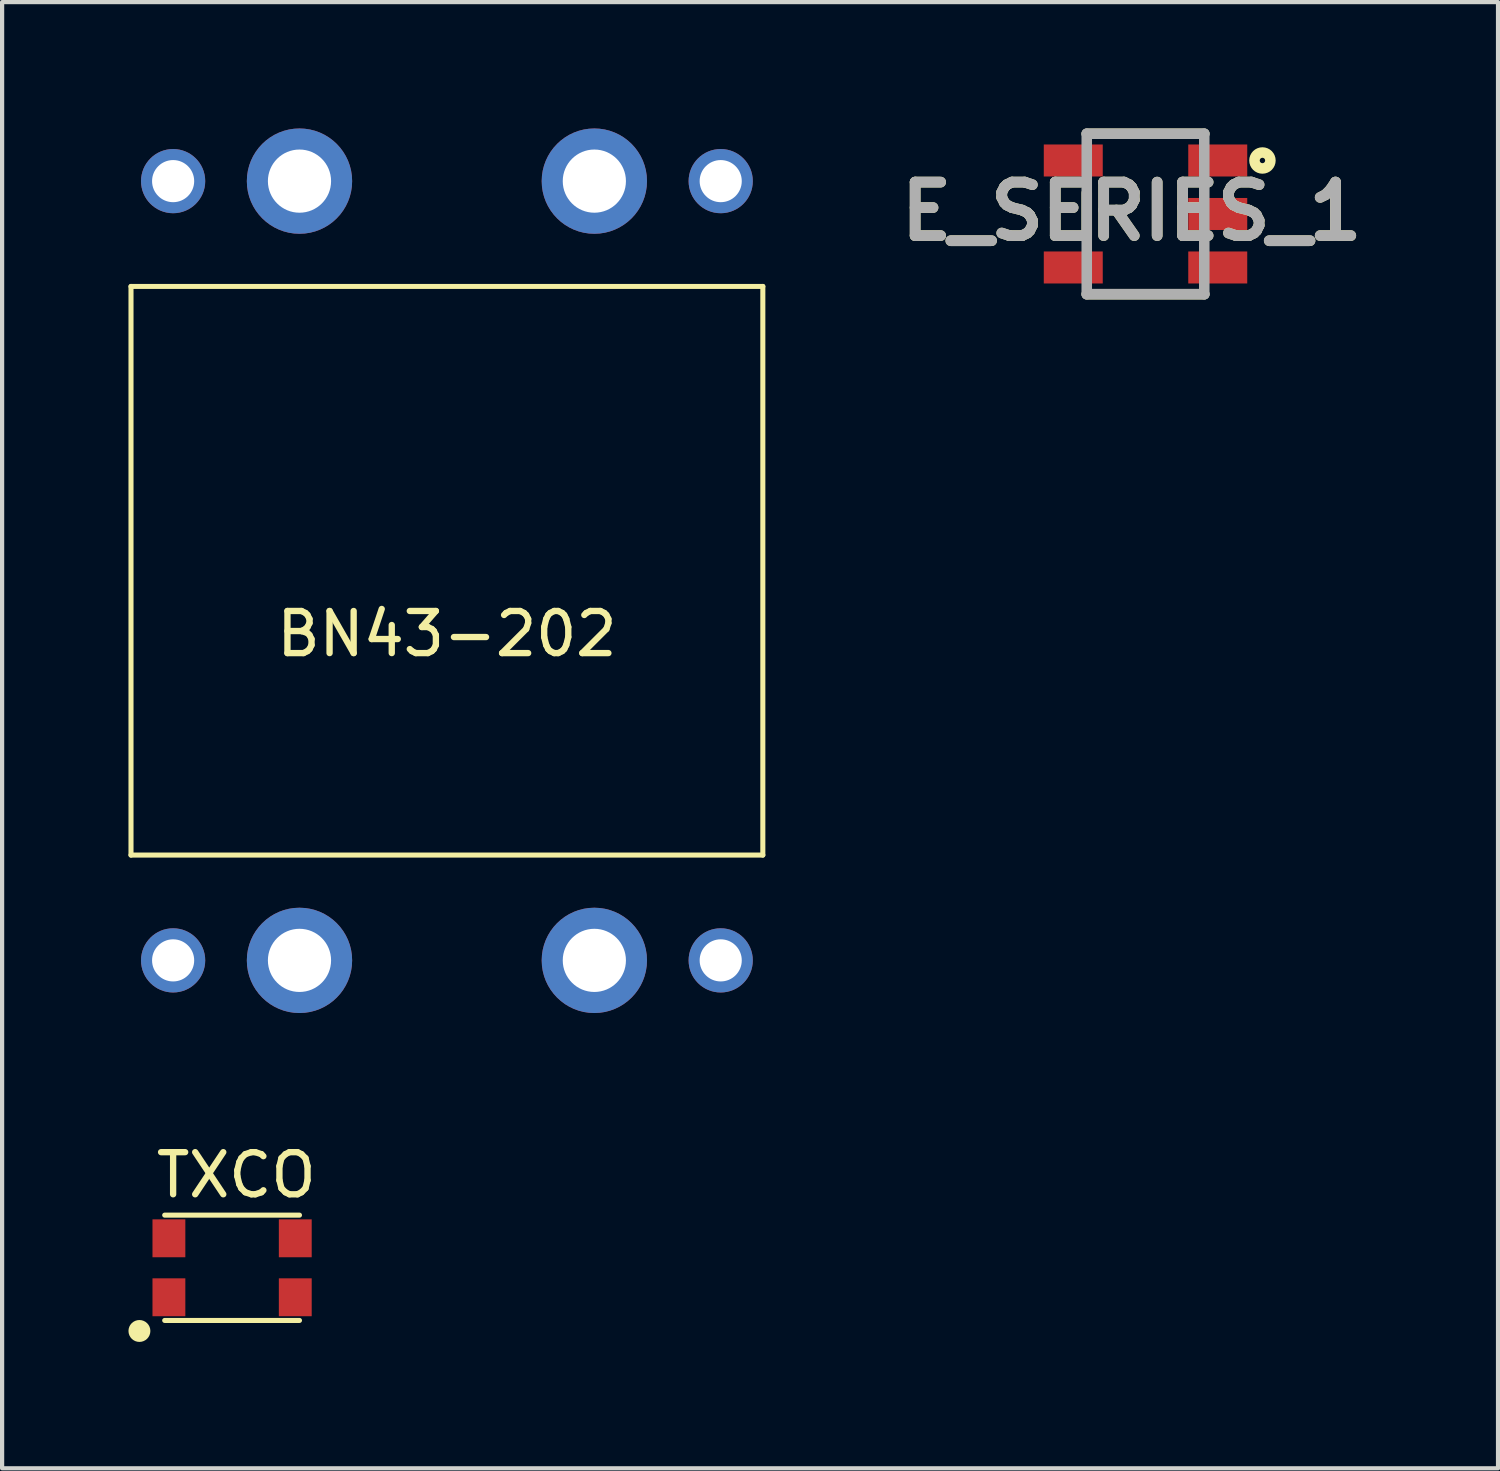
<source format=kicad_pcb>
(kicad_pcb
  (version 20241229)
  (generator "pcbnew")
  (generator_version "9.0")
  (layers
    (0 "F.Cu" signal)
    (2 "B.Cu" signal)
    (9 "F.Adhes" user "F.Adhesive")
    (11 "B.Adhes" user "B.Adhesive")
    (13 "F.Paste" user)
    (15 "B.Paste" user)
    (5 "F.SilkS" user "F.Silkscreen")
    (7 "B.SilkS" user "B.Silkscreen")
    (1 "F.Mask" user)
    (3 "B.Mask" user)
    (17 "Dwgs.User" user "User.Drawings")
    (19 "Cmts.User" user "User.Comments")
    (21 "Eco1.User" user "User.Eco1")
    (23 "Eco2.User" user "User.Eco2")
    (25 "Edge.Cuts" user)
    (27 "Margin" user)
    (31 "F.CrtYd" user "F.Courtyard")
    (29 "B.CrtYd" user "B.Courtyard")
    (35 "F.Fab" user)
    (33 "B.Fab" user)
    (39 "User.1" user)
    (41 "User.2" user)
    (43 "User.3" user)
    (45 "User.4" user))
  (footprint "E_SERIES_1"
    (layer "F.Cu")
    (at 24.145 2.03)
    (property "Reference" "E_SERIES_1" (at -0.328 -0.061 0) (layer "F.SilkS") (effects (font (size 1.27 1.27) (thickness 0.254))))
    (attr smd)
    (fp_line (start -1.395 -1.905) (end 1.395 -1.905) (stroke (width 0.25) (type solid)) (layer "F.SilkS"))
    (fp_line (start -1.395 -0.5) (end -1.395 0.5) (stroke (width 0.25) (type solid)) (layer "F.SilkS"))
    (fp_line (start 1.395 1.905) (end -1.395 1.905) (stroke (width 0.25) (type solid)) (layer "F.SilkS"))
    (fp_circle (center 2.776 -1.27) (end 2.776 -1.206) (stroke (width 0.25) (type solid)) (fill no) (layer "F.SilkS"))
    (fp_line (start -1.395 -1.905) (end 1.395 -1.905) (stroke (width 0.25) (type solid)) (layer "F.Fab"))
    (fp_line (start -1.395 1.905) (end -1.395 -1.905) (stroke (width 0.25) (type solid)) (layer "F.Fab"))
    (fp_line (start 1.395 -1.905) (end 1.395 1.905) (stroke (width 0.25) (type solid)) (layer "F.Fab"))
    (fp_line (start 1.395 1.905) (end -1.395 1.905) (stroke (width 0.25) (type solid)) (layer "F.Fab"))
    (fp_text user "${REFERENCE}" (at -0.328 -0.061 0) (layer "F.Fab") (effects (font (size 1.27 1.27) (thickness 0.254))))
    (pad "1" smd rect (at 1.715 -1.27 90) (size 0.76 1.4) (layers "F.Cu" "F.Mask" "F.Paste"))
    (pad "2" smd rect (at 1.715 0 90) (size 0.76 1.4) (layers "F.Cu" "F.Mask" "F.Paste"))
    (pad "3" smd rect (at 1.715 1.27 90) (size 0.76 1.4) (layers "F.Cu" "F.Mask" "F.Paste"))
    (pad "4" smd rect (at -1.715 1.27 90) (size 0.76 1.4) (layers "F.Cu" "F.Mask" "F.Paste"))
    (pad "5" smd rect (at -1.715 -1.27 90) (size 0.76 1.4) (layers "F.Cu" "F.Mask" "F.Paste")))
  (footprint "BN43-202"
    (layer "F.Cu")
    (at 7.56 10.5)
    (property "Reference" "BN43-202" (at 0 1.5 0) (layer "F.SilkS") (effects (font (size 1 1) (thickness 0.15))))
    (attr through_hole)
    (fp_line (start -7.5 -6.75) (end 7.5 -6.75) (stroke (width 0.12) (type solid)) (layer "F.SilkS"))
    (fp_line (start -7.5 6.75) (end -7.5 -6.75) (stroke (width 0.12) (type solid)) (layer "F.SilkS"))
    (fp_line (start 7.5 -6.75) (end 7.5 6.75) (stroke (width 0.12) (type solid)) (layer "F.SilkS"))
    (fp_line (start 7.5 6.75) (end -7.5 6.75) (stroke (width 0.12) (type solid)) (layer "F.SilkS"))
    (pad "1" thru_hole circle (at -6.5 -9.25) (size 1.524 1.524) (drill 1) (layers "*.Cu" "*.Mask"))
    (pad "2" thru_hole circle (at -3.5 -9.25) (size 2.5 2.5) (drill 1.5) (layers "*.Cu" "*.Mask"))
    (pad "3" thru_hole circle (at 3.5 -9.25) (size 2.5 2.5) (drill 1.5) (layers "*.Cu" "*.Mask"))
    (pad "4" thru_hole circle (at 6.5 -9.25) (size 1.524 1.524) (drill 1) (layers "*.Cu" "*.Mask"))
    (pad "5" thru_hole circle (at -6.5 9.25) (size 1.524 1.524) (drill 1) (layers "*.Cu" "*.Mask"))
    (pad "6" thru_hole circle (at -3.5 9.25) (size 2.5 2.5) (drill 1.5) (layers "*.Cu" "*.Mask"))
    (pad "7" thru_hole circle (at 3.5 9.25) (size 2.5 2.5) (drill 1.5) (layers "*.Cu" "*.Mask"))
    (pad "8" thru_hole circle (at 6.5 9.25) (size 1.524 1.524) (drill 1) (layers "*.Cu" "*.Mask")))
  (footprint "TXCO"
    (layer "F.Cu")
    (at 2.46 27.048)
    (property "Reference" "TXCO" (at 0.1 -2.2 0) (unlocked yes) (layer "F.SilkS") (effects (font (size 1 1) (thickness 0.15))))
    (fp_line (start -1.6 -1.25) (end 1.6 -1.25) (stroke (width 0.12) (type solid)) (layer "F.SilkS"))
    (fp_line (start -1.6 1.25) (end 1.6 1.25) (stroke (width 0.12) (type solid)) (layer "F.SilkS"))
    (fp_circle (center -2.2 1.5) (end -2 1.5) (stroke (width 0.12) (type solid)) (fill yes) (layer "F.SilkS"))
    (pad "1" smd rect (at -1.5 0.7) (size 0.78 0.9) (layers "F.Cu" "F.Mask" "F.Paste"))
    (pad "2" smd rect (at 1.5 0.7) (size 0.78 0.9) (layers "F.Cu" "F.Mask" "F.Paste"))
    (pad "3" smd rect (at 1.5 -0.7) (size 0.78 0.9) (layers "F.Cu" "F.Mask" "F.Paste"))
    (pad "4" smd rect (at -1.5 -0.7) (size 0.78 0.9) (layers "F.Cu" "F.Mask" "F.Paste")))
  (gr_rect
    (start -3 -3)
    (end 32.514 31.808)
    (stroke (width 0.1) (type default))
    (fill no)
    (layer "Edge.Cuts")))
</source>
